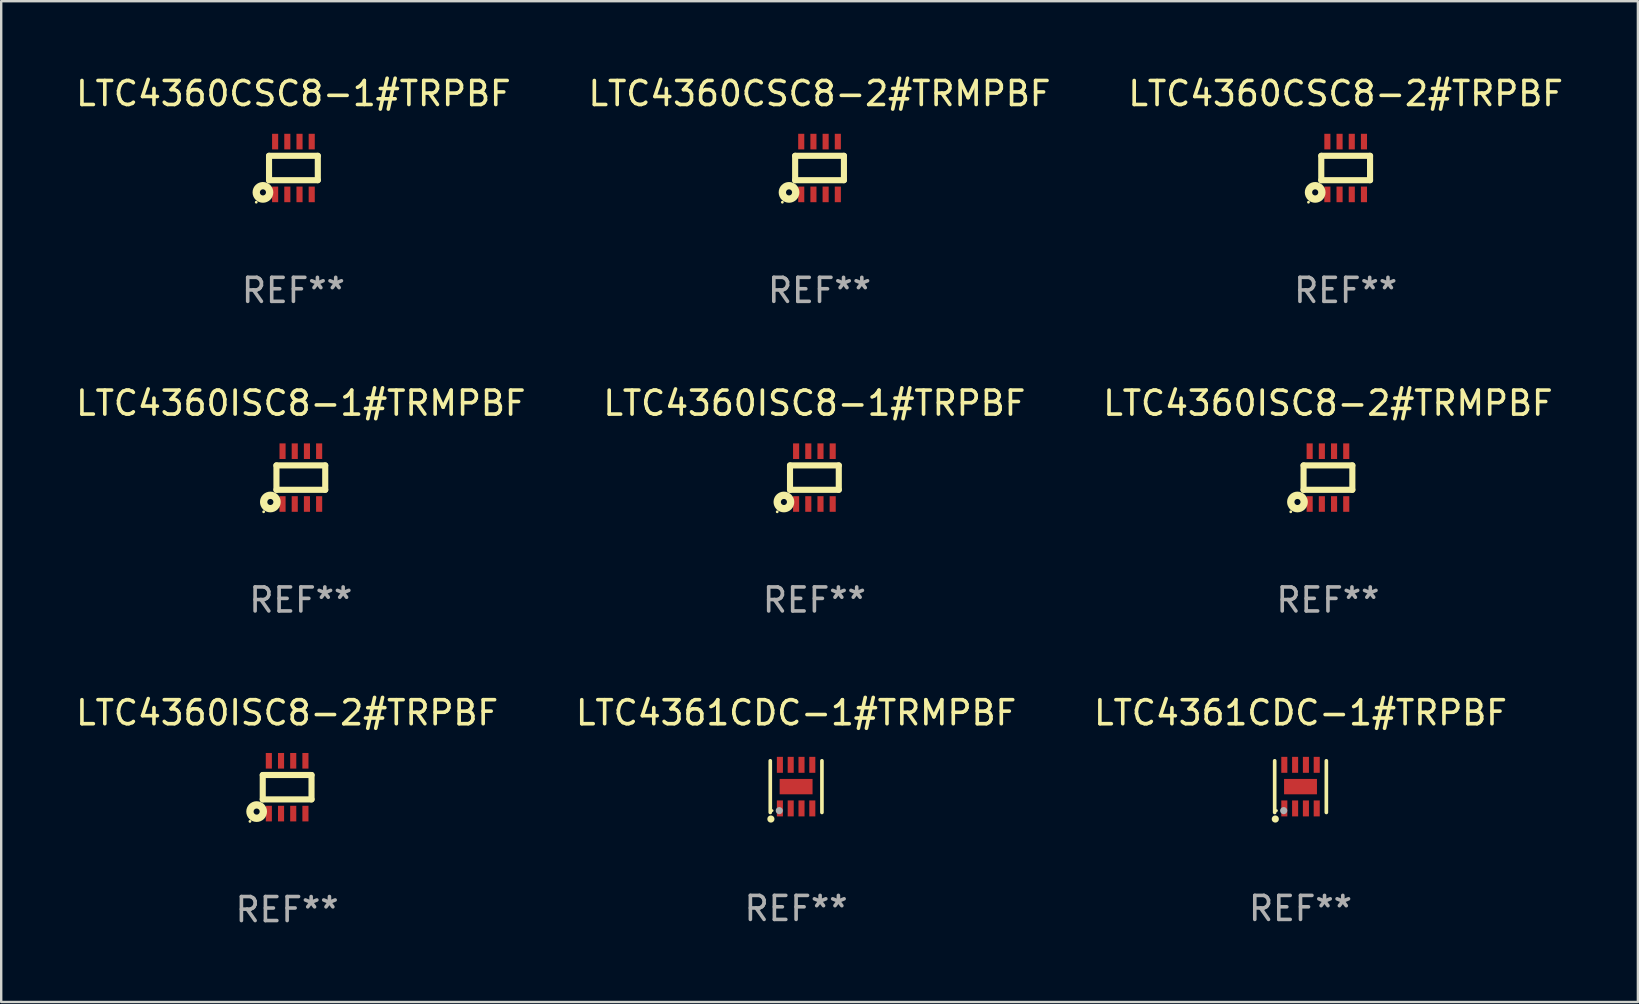
<source format=kicad_pcb>
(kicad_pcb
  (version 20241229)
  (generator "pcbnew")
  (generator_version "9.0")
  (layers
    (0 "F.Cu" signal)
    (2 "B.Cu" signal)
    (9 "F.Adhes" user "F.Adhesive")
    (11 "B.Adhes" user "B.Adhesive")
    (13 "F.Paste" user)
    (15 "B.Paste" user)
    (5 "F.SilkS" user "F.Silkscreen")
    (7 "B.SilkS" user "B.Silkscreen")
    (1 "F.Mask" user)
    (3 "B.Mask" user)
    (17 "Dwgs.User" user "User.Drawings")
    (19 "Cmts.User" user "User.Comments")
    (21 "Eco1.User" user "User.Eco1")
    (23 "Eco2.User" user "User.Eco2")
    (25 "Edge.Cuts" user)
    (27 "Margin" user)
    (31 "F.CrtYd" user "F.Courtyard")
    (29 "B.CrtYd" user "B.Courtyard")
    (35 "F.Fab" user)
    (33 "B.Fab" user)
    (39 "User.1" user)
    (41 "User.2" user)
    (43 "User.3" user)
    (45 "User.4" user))
  (footprint "LTC4360ISC8-2#TRPBF"
    (layer "F.Cu")
    (at 8.911 29.742)
    (property "Reference" "LTC4360ISC8-2#TRPBF" (at 0 -3.1 0) (layer "F.SilkS") (effects (font (size 1 1) (thickness 0.15))))
    (attr through_hole)
    (fp_line (start -1.016 -0.508) (end 1.016 -0.508) (stroke (width 0.254) (type solid)) (layer "F.SilkS"))
    (fp_line (start -1.016 0.508) (end -1.016 -0.508) (stroke (width 0.254) (type solid)) (layer "F.SilkS"))
    (fp_line (start 1.016 -0.508) (end 1.016 0.508) (stroke (width 0.254) (type solid)) (layer "F.SilkS"))
    (fp_line (start 1.016 0.508) (end -1.016 0.508) (stroke (width 0.254) (type solid)) (layer "F.SilkS"))
    (fp_circle (center -1.549 1.425) (end -1.519 1.425) (stroke (width 0.06) (type solid)) (fill no) (layer "F.SilkS"))
    (fp_circle (center -1.27 1.016) (end -1.143 1.016) (stroke (width 0.305) (type solid)) (fill no) (layer "F.SilkS"))
    (fp_text user "REF**" (at 0 5.1 0) (layer "F.Fab") (effects (font (size 1 1) (thickness 0.15))))
    (pad "1" smd rect (at -0.762 1.1 90) (size 0.65 0.254) (layers "F.Cu" "F.Mask" "F.Paste"))
    (pad "2" smd rect (at -0.254 1.1 90) (size 0.65 0.254) (layers "F.Cu" "F.Mask" "F.Paste"))
    (pad "3" smd rect (at 0.254 1.1 90) (size 0.65 0.254) (layers "F.Cu" "F.Mask" "F.Paste"))
    (pad "4" smd rect (at 0.762 1.1 90) (size 0.65 0.254) (layers "F.Cu" "F.Mask" "F.Paste"))
    (pad "5" smd rect (at 0.762 -1.1 270) (size 0.65 0.254) (layers "F.Cu" "F.Mask" "F.Paste"))
    (pad "6" smd rect (at 0.254 -1.1 270) (size 0.65 0.254) (layers "F.Cu" "F.Mask" "F.Paste"))
    (pad "7" smd rect (at -0.254 -1.1 270) (size 0.65 0.254) (layers "F.Cu" "F.Mask" "F.Paste"))
    (pad "8" smd rect (at -0.762 -1.1 270) (size 0.65 0.254) (layers "F.Cu" "F.Mask" "F.Paste")))
  (footprint "LTC4360CSC8-2#TRMPBF"
    (layer "F.Cu")
    (at 31.089 3.948)
    (property "Reference" "LTC4360CSC8-2#TRMPBF" (at 0 -3.1 0) (layer "F.SilkS") (effects (font (size 1 1) (thickness 0.15))))
    (attr through_hole)
    (fp_line (start -1.016 -0.508) (end 1.016 -0.508) (stroke (width 0.254) (type solid)) (layer "F.SilkS"))
    (fp_line (start -1.016 0.508) (end -1.016 -0.508) (stroke (width 0.254) (type solid)) (layer "F.SilkS"))
    (fp_line (start 1.016 -0.508) (end 1.016 0.508) (stroke (width 0.254) (type solid)) (layer "F.SilkS"))
    (fp_line (start 1.016 0.508) (end -1.016 0.508) (stroke (width 0.254) (type solid)) (layer "F.SilkS"))
    (fp_circle (center -1.549 1.425) (end -1.519 1.425) (stroke (width 0.06) (type solid)) (fill no) (layer "F.SilkS"))
    (fp_circle (center -1.27 1.016) (end -1.143 1.016) (stroke (width 0.305) (type solid)) (fill no) (layer "F.SilkS"))
    (fp_text user "REF**" (at 0 5.1 0) (layer "F.Fab") (effects (font (size 1 1) (thickness 0.15))))
    (pad "1" smd rect (at -0.762 1.1 90) (size 0.65 0.254) (layers "F.Cu" "F.Mask" "F.Paste"))
    (pad "2" smd rect (at -0.254 1.1 90) (size 0.65 0.254) (layers "F.Cu" "F.Mask" "F.Paste"))
    (pad "3" smd rect (at 0.254 1.1 90) (size 0.65 0.254) (layers "F.Cu" "F.Mask" "F.Paste"))
    (pad "4" smd rect (at 0.762 1.1 90) (size 0.65 0.254) (layers "F.Cu" "F.Mask" "F.Paste"))
    (pad "5" smd rect (at 0.762 -1.1 270) (size 0.65 0.254) (layers "F.Cu" "F.Mask" "F.Paste"))
    (pad "6" smd rect (at 0.254 -1.1 270) (size 0.65 0.254) (layers "F.Cu" "F.Mask" "F.Paste"))
    (pad "7" smd rect (at -0.254 -1.1 270) (size 0.65 0.254) (layers "F.Cu" "F.Mask" "F.Paste"))
    (pad "8" smd rect (at -0.762 -1.1 270) (size 0.65 0.254) (layers "F.Cu" "F.Mask" "F.Paste")))
  (footprint "LTC4360CSC8-2#TRPBF"
    (layer "F.Cu")
    (at 53.006 3.948)
    (property "Reference" "LTC4360CSC8-2#TRPBF" (at 0 -3.1 0) (layer "F.SilkS") (effects (font (size 1 1) (thickness 0.15))))
    (attr through_hole)
    (fp_line (start -1.016 -0.508) (end 1.016 -0.508) (stroke (width 0.254) (type solid)) (layer "F.SilkS"))
    (fp_line (start -1.016 0.508) (end -1.016 -0.508) (stroke (width 0.254) (type solid)) (layer "F.SilkS"))
    (fp_line (start 1.016 -0.508) (end 1.016 0.508) (stroke (width 0.254) (type solid)) (layer "F.SilkS"))
    (fp_line (start 1.016 0.508) (end -1.016 0.508) (stroke (width 0.254) (type solid)) (layer "F.SilkS"))
    (fp_circle (center -1.549 1.425) (end -1.519 1.425) (stroke (width 0.06) (type solid)) (fill no) (layer "F.SilkS"))
    (fp_circle (center -1.27 1.016) (end -1.143 1.016) (stroke (width 0.305) (type solid)) (fill no) (layer "F.SilkS"))
    (fp_text user "REF**" (at 0 5.1 0) (layer "F.Fab") (effects (font (size 1 1) (thickness 0.15))))
    (pad "1" smd rect (at -0.762 1.1 90) (size 0.65 0.254) (layers "F.Cu" "F.Mask" "F.Paste"))
    (pad "2" smd rect (at -0.254 1.1 90) (size 0.65 0.254) (layers "F.Cu" "F.Mask" "F.Paste"))
    (pad "3" smd rect (at 0.254 1.1 90) (size 0.65 0.254) (layers "F.Cu" "F.Mask" "F.Paste"))
    (pad "4" smd rect (at 0.762 1.1 90) (size 0.65 0.254) (layers "F.Cu" "F.Mask" "F.Paste"))
    (pad "5" smd rect (at 0.762 -1.1 270) (size 0.65 0.254) (layers "F.Cu" "F.Mask" "F.Paste"))
    (pad "6" smd rect (at 0.254 -1.1 270) (size 0.65 0.254) (layers "F.Cu" "F.Mask" "F.Paste"))
    (pad "7" smd rect (at -0.254 -1.1 270) (size 0.65 0.254) (layers "F.Cu" "F.Mask" "F.Paste"))
    (pad "8" smd rect (at -0.762 -1.1 270) (size 0.65 0.254) (layers "F.Cu" "F.Mask" "F.Paste")))
  (footprint "LTC4361CDC-1#TRPBF"
    (layer "F.Cu")
    (at 51.125 29.718)
    (property "Reference" "LTC4361CDC-1#TRPBF" (at 0 -3.076 0) (layer "F.SilkS") (effects (font (size 1 1) (thickness 0.15))))
    (attr through_hole)
    (fp_line (start -1.076 1.076) (end -1.076 -1.076) (stroke (width 0.152) (type solid)) (layer "F.SilkS"))
    (fp_line (start 1.076 1.076) (end 1.076 -1.076) (stroke (width 0.152) (type solid)) (layer "F.SilkS"))
    (fp_circle (center -1.05 1.35) (end -0.975 1.35) (stroke (width 0.15) (type solid)) (fill no) (layer "F.SilkS"))
    (fp_circle (center -1 1) (end -0.97 1) (stroke (width 0.06) (type solid)) (fill no) (layer "F.SilkS"))
    (fp_circle (center -0.7 1) (end -0.625 1) (stroke (width 0.15) (type solid)) (fill no) (layer "F.Fab"))
    (fp_text user "REF**" (at 0 5.076 0) (layer "F.Fab") (effects (font (size 1 1) (thickness 0.15))))
    (pad "1" smd rect (at -0.675 0.908) (size 0.252 0.665) (layers "F.Cu" "F.Mask" "F.Paste"))
    (pad "2" smd rect (at -0.225 0.908) (size 0.252 0.665) (layers "F.Cu" "F.Mask" "F.Paste"))
    (pad "3" smd rect (at 0.225 0.908) (size 0.252 0.665) (layers "F.Cu" "F.Mask" "F.Paste"))
    (pad "4" smd rect (at 0.675 0.908) (size 0.252 0.665) (layers "F.Cu" "F.Mask" "F.Paste"))
    (pad "5" smd rect (at 0.675 -0.908) (size 0.252 0.665) (layers "F.Cu" "F.Mask" "F.Paste"))
    (pad "6" smd rect (at 0.225 -0.908) (size 0.252 0.665) (layers "F.Cu" "F.Mask" "F.Paste"))
    (pad "7" smd rect (at -0.225 -0.908) (size 0.252 0.665) (layers "F.Cu" "F.Mask" "F.Paste"))
    (pad "8" smd rect (at -0.675 -0.908) (size 0.252 0.665) (layers "F.Cu" "F.Mask" "F.Paste"))
    (pad "9" smd rect (at 0 0) (size 1.37 0.64) (layers "F.Cu" "F.Mask" "F.Paste")))
  (footprint "LTC4360CSC8-1#TRPBF"
    (layer "F.Cu")
    (at 9.173 3.948)
    (property "Reference" "LTC4360CSC8-1#TRPBF" (at 0 -3.1 0) (layer "F.SilkS") (effects (font (size 1 1) (thickness 0.15))))
    (attr through_hole)
    (fp_line (start -1.016 -0.508) (end 1.016 -0.508) (stroke (width 0.254) (type solid)) (layer "F.SilkS"))
    (fp_line (start -1.016 0.508) (end -1.016 -0.508) (stroke (width 0.254) (type solid)) (layer "F.SilkS"))
    (fp_line (start 1.016 -0.508) (end 1.016 0.508) (stroke (width 0.254) (type solid)) (layer "F.SilkS"))
    (fp_line (start 1.016 0.508) (end -1.016 0.508) (stroke (width 0.254) (type solid)) (layer "F.SilkS"))
    (fp_circle (center -1.549 1.425) (end -1.519 1.425) (stroke (width 0.06) (type solid)) (fill no) (layer "F.SilkS"))
    (fp_circle (center -1.27 1.016) (end -1.143 1.016) (stroke (width 0.305) (type solid)) (fill no) (layer "F.SilkS"))
    (fp_text user "REF**" (at 0 5.1 0) (layer "F.Fab") (effects (font (size 1 1) (thickness 0.15))))
    (pad "1" smd rect (at -0.762 1.1 90) (size 0.65 0.254) (layers "F.Cu" "F.Mask" "F.Paste"))
    (pad "2" smd rect (at -0.254 1.1 90) (size 0.65 0.254) (layers "F.Cu" "F.Mask" "F.Paste"))
    (pad "3" smd rect (at 0.254 1.1 90) (size 0.65 0.254) (layers "F.Cu" "F.Mask" "F.Paste"))
    (pad "4" smd rect (at 0.762 1.1 90) (size 0.65 0.254) (layers "F.Cu" "F.Mask" "F.Paste"))
    (pad "5" smd rect (at 0.762 -1.1 270) (size 0.65 0.254) (layers "F.Cu" "F.Mask" "F.Paste"))
    (pad "6" smd rect (at 0.254 -1.1 270) (size 0.65 0.254) (layers "F.Cu" "F.Mask" "F.Paste"))
    (pad "7" smd rect (at -0.254 -1.1 270) (size 0.65 0.254) (layers "F.Cu" "F.Mask" "F.Paste"))
    (pad "8" smd rect (at -0.762 -1.1 270) (size 0.65 0.254) (layers "F.Cu" "F.Mask" "F.Paste")))
  (footprint "LTC4360ISC8-1#TRMPBF"
    (layer "F.Cu")
    (at 9.482 16.845)
    (property "Reference" "LTC4360ISC8-1#TRMPBF" (at 0 -3.1 0) (layer "F.SilkS") (effects (font (size 1 1) (thickness 0.15))))
    (attr through_hole)
    (fp_line (start -1.016 -0.508) (end 1.016 -0.508) (stroke (width 0.254) (type solid)) (layer "F.SilkS"))
    (fp_line (start -1.016 0.508) (end -1.016 -0.508) (stroke (width 0.254) (type solid)) (layer "F.SilkS"))
    (fp_line (start 1.016 -0.508) (end 1.016 0.508) (stroke (width 0.254) (type solid)) (layer "F.SilkS"))
    (fp_line (start 1.016 0.508) (end -1.016 0.508) (stroke (width 0.254) (type solid)) (layer "F.SilkS"))
    (fp_circle (center -1.549 1.425) (end -1.519 1.425) (stroke (width 0.06) (type solid)) (fill no) (layer "F.SilkS"))
    (fp_circle (center -1.27 1.016) (end -1.143 1.016) (stroke (width 0.305) (type solid)) (fill no) (layer "F.SilkS"))
    (fp_text user "REF**" (at 0 5.1 0) (layer "F.Fab") (effects (font (size 1 1) (thickness 0.15))))
    (pad "1" smd rect (at -0.762 1.1 90) (size 0.65 0.254) (layers "F.Cu" "F.Mask" "F.Paste"))
    (pad "2" smd rect (at -0.254 1.1 90) (size 0.65 0.254) (layers "F.Cu" "F.Mask" "F.Paste"))
    (pad "3" smd rect (at 0.254 1.1 90) (size 0.65 0.254) (layers "F.Cu" "F.Mask" "F.Paste"))
    (pad "4" smd rect (at 0.762 1.1 90) (size 0.65 0.254) (layers "F.Cu" "F.Mask" "F.Paste"))
    (pad "5" smd rect (at 0.762 -1.1 270) (size 0.65 0.254) (layers "F.Cu" "F.Mask" "F.Paste"))
    (pad "6" smd rect (at 0.254 -1.1 270) (size 0.65 0.254) (layers "F.Cu" "F.Mask" "F.Paste"))
    (pad "7" smd rect (at -0.254 -1.1 270) (size 0.65 0.254) (layers "F.Cu" "F.Mask" "F.Paste"))
    (pad "8" smd rect (at -0.762 -1.1 270) (size 0.65 0.254) (layers "F.Cu" "F.Mask" "F.Paste")))
  (footprint "LTC4361CDC-1#TRMPBF"
    (layer "F.Cu")
    (at 30.113 29.718)
    (property "Reference" "LTC4361CDC-1#TRMPBF" (at 0 -3.076 0) (layer "F.SilkS") (effects (font (size 1 1) (thickness 0.15))))
    (attr through_hole)
    (fp_line (start -1.076 1.076) (end -1.076 -1.076) (stroke (width 0.152) (type solid)) (layer "F.SilkS"))
    (fp_line (start 1.076 1.076) (end 1.076 -1.076) (stroke (width 0.152) (type solid)) (layer "F.SilkS"))
    (fp_circle (center -1.05 1.35) (end -0.975 1.35) (stroke (width 0.15) (type solid)) (fill no) (layer "F.SilkS"))
    (fp_circle (center -1 1) (end -0.97 1) (stroke (width 0.06) (type solid)) (fill no) (layer "F.SilkS"))
    (fp_circle (center -0.7 1) (end -0.625 1) (stroke (width 0.15) (type solid)) (fill no) (layer "F.Fab"))
    (fp_text user "REF**" (at 0 5.076 0) (layer "F.Fab") (effects (font (size 1 1) (thickness 0.15))))
    (pad "1" smd rect (at -0.675 0.908) (size 0.252 0.665) (layers "F.Cu" "F.Mask" "F.Paste"))
    (pad "2" smd rect (at -0.225 0.908) (size 0.252 0.665) (layers "F.Cu" "F.Mask" "F.Paste"))
    (pad "3" smd rect (at 0.225 0.908) (size 0.252 0.665) (layers "F.Cu" "F.Mask" "F.Paste"))
    (pad "4" smd rect (at 0.675 0.908) (size 0.252 0.665) (layers "F.Cu" "F.Mask" "F.Paste"))
    (pad "5" smd rect (at 0.675 -0.908) (size 0.252 0.665) (layers "F.Cu" "F.Mask" "F.Paste"))
    (pad "6" smd rect (at 0.225 -0.908) (size 0.252 0.665) (layers "F.Cu" "F.Mask" "F.Paste"))
    (pad "7" smd rect (at -0.225 -0.908) (size 0.252 0.665) (layers "F.Cu" "F.Mask" "F.Paste"))
    (pad "8" smd rect (at -0.675 -0.908) (size 0.252 0.665) (layers "F.Cu" "F.Mask" "F.Paste"))
    (pad "9" smd rect (at 0 0) (size 1.37 0.64) (layers "F.Cu" "F.Mask" "F.Paste")))
  (footprint "LTC4360ISC8-1#TRPBF"
    (layer "F.Cu")
    (at 30.875 16.845)
    (property "Reference" "LTC4360ISC8-1#TRPBF" (at 0 -3.1 0) (layer "F.SilkS") (effects (font (size 1 1) (thickness 0.15))))
    (attr through_hole)
    (fp_line (start -1.016 -0.508) (end 1.016 -0.508) (stroke (width 0.254) (type solid)) (layer "F.SilkS"))
    (fp_line (start -1.016 0.508) (end -1.016 -0.508) (stroke (width 0.254) (type solid)) (layer "F.SilkS"))
    (fp_line (start 1.016 -0.508) (end 1.016 0.508) (stroke (width 0.254) (type solid)) (layer "F.SilkS"))
    (fp_line (start 1.016 0.508) (end -1.016 0.508) (stroke (width 0.254) (type solid)) (layer "F.SilkS"))
    (fp_circle (center -1.549 1.425) (end -1.519 1.425) (stroke (width 0.06) (type solid)) (fill no) (layer "F.SilkS"))
    (fp_circle (center -1.27 1.016) (end -1.143 1.016) (stroke (width 0.305) (type solid)) (fill no) (layer "F.SilkS"))
    (fp_text user "REF**" (at 0 5.1 0) (layer "F.Fab") (effects (font (size 1 1) (thickness 0.15))))
    (pad "1" smd rect (at -0.762 1.1 90) (size 0.65 0.254) (layers "F.Cu" "F.Mask" "F.Paste"))
    (pad "2" smd rect (at -0.254 1.1 90) (size 0.65 0.254) (layers "F.Cu" "F.Mask" "F.Paste"))
    (pad "3" smd rect (at 0.254 1.1 90) (size 0.65 0.254) (layers "F.Cu" "F.Mask" "F.Paste"))
    (pad "4" smd rect (at 0.762 1.1 90) (size 0.65 0.254) (layers "F.Cu" "F.Mask" "F.Paste"))
    (pad "5" smd rect (at 0.762 -1.1 270) (size 0.65 0.254) (layers "F.Cu" "F.Mask" "F.Paste"))
    (pad "6" smd rect (at 0.254 -1.1 270) (size 0.65 0.254) (layers "F.Cu" "F.Mask" "F.Paste"))
    (pad "7" smd rect (at -0.254 -1.1 270) (size 0.65 0.254) (layers "F.Cu" "F.Mask" "F.Paste"))
    (pad "8" smd rect (at -0.762 -1.1 270) (size 0.65 0.254) (layers "F.Cu" "F.Mask" "F.Paste")))
  (footprint "LTC4360ISC8-2#TRMPBF"
    (layer "F.Cu")
    (at 52.268 16.845)
    (property "Reference" "LTC4360ISC8-2#TRMPBF" (at 0 -3.1 0) (layer "F.SilkS") (effects (font (size 1 1) (thickness 0.15))))
    (attr through_hole)
    (fp_line (start -1.016 -0.508) (end 1.016 -0.508) (stroke (width 0.254) (type solid)) (layer "F.SilkS"))
    (fp_line (start -1.016 0.508) (end -1.016 -0.508) (stroke (width 0.254) (type solid)) (layer "F.SilkS"))
    (fp_line (start 1.016 -0.508) (end 1.016 0.508) (stroke (width 0.254) (type solid)) (layer "F.SilkS"))
    (fp_line (start 1.016 0.508) (end -1.016 0.508) (stroke (width 0.254) (type solid)) (layer "F.SilkS"))
    (fp_circle (center -1.549 1.425) (end -1.519 1.425) (stroke (width 0.06) (type solid)) (fill no) (layer "F.SilkS"))
    (fp_circle (center -1.27 1.016) (end -1.143 1.016) (stroke (width 0.305) (type solid)) (fill no) (layer "F.SilkS"))
    (fp_text user "REF**" (at 0 5.1 0) (layer "F.Fab") (effects (font (size 1 1) (thickness 0.15))))
    (pad "1" smd rect (at -0.762 1.1 90) (size 0.65 0.254) (layers "F.Cu" "F.Mask" "F.Paste"))
    (pad "2" smd rect (at -0.254 1.1 90) (size 0.65 0.254) (layers "F.Cu" "F.Mask" "F.Paste"))
    (pad "3" smd rect (at 0.254 1.1 90) (size 0.65 0.254) (layers "F.Cu" "F.Mask" "F.Paste"))
    (pad "4" smd rect (at 0.762 1.1 90) (size 0.65 0.254) (layers "F.Cu" "F.Mask" "F.Paste"))
    (pad "5" smd rect (at 0.762 -1.1 270) (size 0.65 0.254) (layers "F.Cu" "F.Mask" "F.Paste"))
    (pad "6" smd rect (at 0.254 -1.1 270) (size 0.65 0.254) (layers "F.Cu" "F.Mask" "F.Paste"))
    (pad "7" smd rect (at -0.254 -1.1 270) (size 0.65 0.254) (layers "F.Cu" "F.Mask" "F.Paste"))
    (pad "8" smd rect (at -0.762 -1.1 270) (size 0.65 0.254) (layers "F.Cu" "F.Mask" "F.Paste")))
  (gr_rect
    (start -3 -3)
    (end 65.179 38.69)
    (stroke (width 0.1) (type default))
    (fill no)
    (layer "Edge.Cuts")))
</source>
